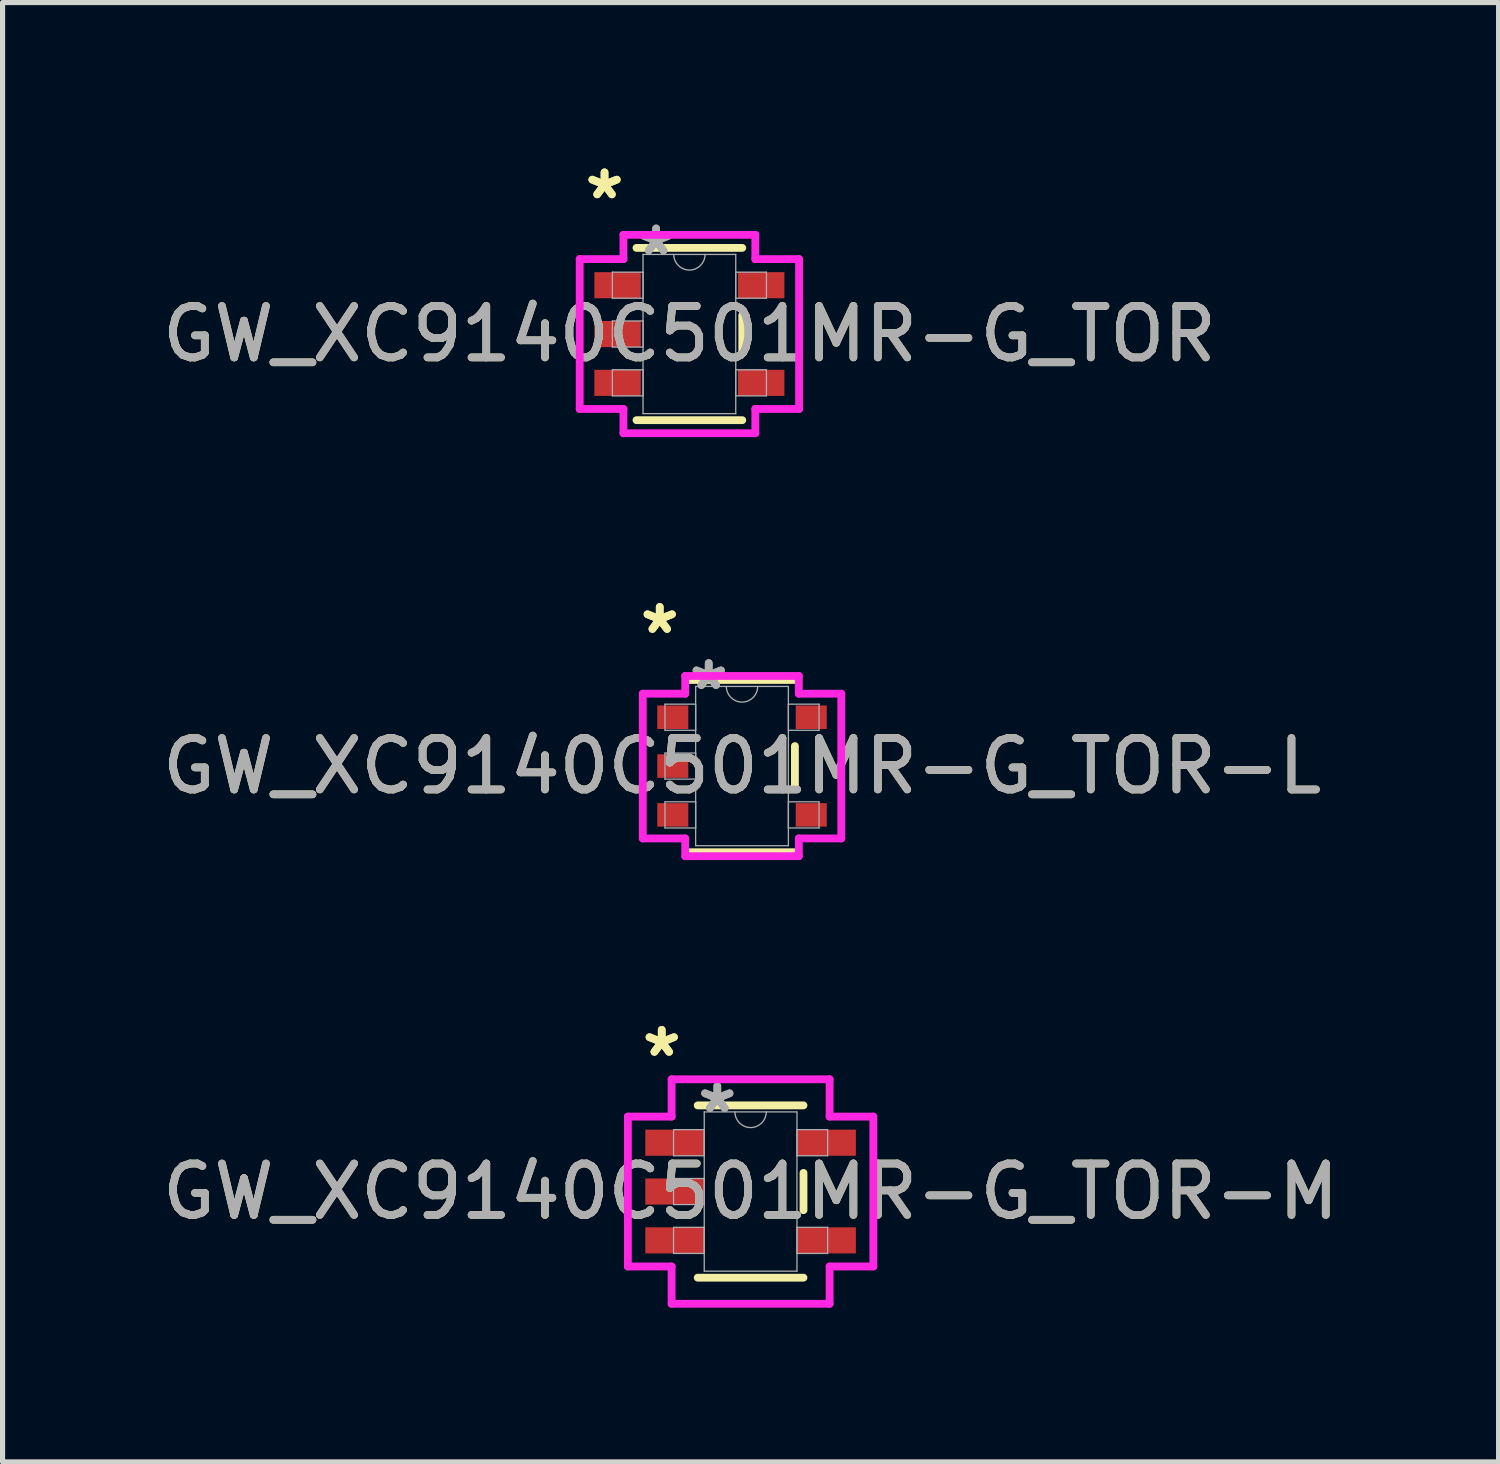
<source format=kicad_pcb>
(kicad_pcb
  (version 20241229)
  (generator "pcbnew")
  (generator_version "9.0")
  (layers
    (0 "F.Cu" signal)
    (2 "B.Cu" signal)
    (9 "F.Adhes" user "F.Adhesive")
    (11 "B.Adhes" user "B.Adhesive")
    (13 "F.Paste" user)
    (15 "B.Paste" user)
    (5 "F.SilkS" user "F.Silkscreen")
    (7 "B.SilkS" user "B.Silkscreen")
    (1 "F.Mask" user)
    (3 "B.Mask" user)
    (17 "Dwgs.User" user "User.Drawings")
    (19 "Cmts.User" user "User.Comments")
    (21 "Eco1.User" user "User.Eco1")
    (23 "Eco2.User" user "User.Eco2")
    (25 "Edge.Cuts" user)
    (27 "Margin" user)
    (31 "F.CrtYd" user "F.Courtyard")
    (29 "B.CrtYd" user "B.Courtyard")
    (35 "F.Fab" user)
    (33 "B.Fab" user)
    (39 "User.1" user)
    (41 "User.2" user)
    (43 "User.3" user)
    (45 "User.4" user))
  (footprint "GW_XC9140C501MR-G_TOR-M"
    (layer "F.Cu")
    (at 11.554 20.133)
    (property "Reference" "GW_XC9140C501MR-G_TOR-M" (at 0 0 0) (unlocked yes) (layer "F.SilkS") (effects (font (size 1 1) (thickness 0.15))))
    (attr smd)
    (fp_line (start -1.029 1.676) (end 1.029 1.676) (stroke (width 0.152) (type solid)) (layer "F.SilkS"))
    (fp_line (start 1.029 -1.676) (end -1.029 -1.676) (stroke (width 0.152) (type solid)) (layer "F.SilkS"))
    (fp_line (start 1.029 0.363) (end 1.029 -0.363) (stroke (width 0.152) (type solid)) (layer "F.SilkS"))
    (fp_line (start -2.388 -1.458) (end -1.537 -1.458) (stroke (width 0.152) (type solid)) (layer "F.CrtYd"))
    (fp_line (start -2.388 1.458) (end -2.388 -1.458) (stroke (width 0.152) (type solid)) (layer "F.CrtYd"))
    (fp_line (start -1.537 -2.184) (end 1.537 -2.184) (stroke (width 0.152) (type solid)) (layer "F.CrtYd"))
    (fp_line (start -1.537 -1.458) (end -1.537 -2.184) (stroke (width 0.152) (type solid)) (layer "F.CrtYd"))
    (fp_line (start -1.537 1.458) (end -2.388 1.458) (stroke (width 0.152) (type solid)) (layer "F.CrtYd"))
    (fp_line (start -1.537 2.184) (end -1.537 1.458) (stroke (width 0.152) (type solid)) (layer "F.CrtYd"))
    (fp_line (start 1.537 -2.184) (end 1.537 -1.458) (stroke (width 0.152) (type solid)) (layer "F.CrtYd"))
    (fp_line (start 1.537 -1.458) (end 2.388 -1.458) (stroke (width 0.152) (type solid)) (layer "F.CrtYd"))
    (fp_line (start 1.537 1.458) (end 1.537 2.184) (stroke (width 0.152) (type solid)) (layer "F.CrtYd"))
    (fp_line (start 1.537 2.184) (end -1.537 2.184) (stroke (width 0.152) (type solid)) (layer "F.CrtYd"))
    (fp_line (start 2.388 -1.458) (end 2.388 1.458) (stroke (width 0.152) (type solid)) (layer "F.CrtYd"))
    (fp_line (start 2.388 1.458) (end 1.537 1.458) (stroke (width 0.152) (type solid)) (layer "F.CrtYd"))
    (fp_line (start -1.499 -1.204) (end -1.499 -0.696) (stroke (width 0.025) (type solid)) (layer "F.Fab"))
    (fp_line (start -1.499 -0.696) (end -0.902 -0.696) (stroke (width 0.025) (type solid)) (layer "F.Fab"))
    (fp_line (start -1.499 -0.254) (end -1.499 0.254) (stroke (width 0.025) (type solid)) (layer "F.Fab"))
    (fp_line (start -1.499 0.254) (end -0.902 0.254) (stroke (width 0.025) (type solid)) (layer "F.Fab"))
    (fp_line (start -1.499 0.696) (end -1.499 1.204) (stroke (width 0.025) (type solid)) (layer "F.Fab"))
    (fp_line (start -1.499 1.204) (end -0.902 1.204) (stroke (width 0.025) (type solid)) (layer "F.Fab"))
    (fp_line (start -0.902 -1.549) (end -0.902 1.549) (stroke (width 0.025) (type solid)) (layer "F.Fab"))
    (fp_line (start -0.902 -1.204) (end -1.499 -1.204) (stroke (width 0.025) (type solid)) (layer "F.Fab"))
    (fp_line (start -0.902 -0.696) (end -0.902 -1.204) (stroke (width 0.025) (type solid)) (layer "F.Fab"))
    (fp_line (start -0.902 -0.254) (end -1.499 -0.254) (stroke (width 0.025) (type solid)) (layer "F.Fab"))
    (fp_line (start -0.902 0.254) (end -0.902 -0.254) (stroke (width 0.025) (type solid)) (layer "F.Fab"))
    (fp_line (start -0.902 0.696) (end -1.499 0.696) (stroke (width 0.025) (type solid)) (layer "F.Fab"))
    (fp_line (start -0.902 1.204) (end -0.902 0.696) (stroke (width 0.025) (type solid)) (layer "F.Fab"))
    (fp_line (start -0.902 1.549) (end 0.902 1.549) (stroke (width 0.025) (type solid)) (layer "F.Fab"))
    (fp_line (start 0.902 -1.549) (end -0.902 -1.549) (stroke (width 0.025) (type solid)) (layer "F.Fab"))
    (fp_line (start 0.902 -1.204) (end 0.902 -0.696) (stroke (width 0.025) (type solid)) (layer "F.Fab"))
    (fp_line (start 0.902 -0.696) (end 1.499 -0.696) (stroke (width 0.025) (type solid)) (layer "F.Fab"))
    (fp_line (start 0.902 0.696) (end 0.902 1.204) (stroke (width 0.025) (type solid)) (layer "F.Fab"))
    (fp_line (start 0.902 1.204) (end 1.499 1.204) (stroke (width 0.025) (type solid)) (layer "F.Fab"))
    (fp_line (start 0.902 1.549) (end 0.902 -1.549) (stroke (width 0.025) (type solid)) (layer "F.Fab"))
    (fp_line (start 1.499 -1.204) (end 0.902 -1.204) (stroke (width 0.025) (type solid)) (layer "F.Fab"))
    (fp_line (start 1.499 -0.696) (end 1.499 -1.204) (stroke (width 0.025) (type solid)) (layer "F.Fab"))
    (fp_line (start 1.499 0.696) (end 0.902 0.696) (stroke (width 0.025) (type solid)) (layer "F.Fab"))
    (fp_line (start 1.499 1.204) (end 1.499 0.696) (stroke (width 0.025) (type solid)) (layer "F.Fab"))
    (fp_arc (start 0.3048 -1.5494) (mid 0 -1.2446) (end -0.3048 -1.5494) (stroke (width 0.0254) (type solid)) (layer "F.Fab"))
    (fp_text user "*" (at -1.729 -2.601 0) (layer "F.SilkS") (effects (font (size 1 1) (thickness 0.15))))
    (fp_text user "*" (at -1.729 -2.601 0) (unlocked yes) (layer "F.SilkS") (effects (font (size 1 1) (thickness 0.15))))
    (fp_text user "${REFERENCE}" (at 0 0 0) (unlocked yes) (layer "F.Fab") (effects (font (size 1 1) (thickness 0.15))))
    (fp_text user "*" (at -0.648 -1.509 0) (unlocked yes) (layer "F.Fab") (effects (font (size 1 1) (thickness 0.15))))
    (fp_text user "*" (at -0.648 -1.509 0) (layer "F.Fab") (effects (font (size 1 1) (thickness 0.15))))
    (pad "1" smd rect (at -1.475 -0.95) (size 1.147 0.508) (layers "F.Cu" "F.Mask" "F.Paste"))
    (pad "2" smd rect (at -1.475 0) (size 1.147 0.508) (layers "F.Cu" "F.Mask" "F.Paste"))
    (pad "3" smd rect (at -1.475 0.95) (size 1.147 0.508) (layers "F.Cu" "F.Mask" "F.Paste"))
    (pad "4" smd rect (at 1.475 0.95) (size 1.147 0.508) (layers "F.Cu" "F.Mask" "F.Paste"))
    (pad "5" smd rect (at 1.475 -0.95) (size 1.147 0.508) (layers "F.Cu" "F.Mask" "F.Paste")))
  (footprint "GW_XC9140C501MR-G_TOR-L"
    (layer "F.Cu")
    (at 11.387 11.855)
    (property "Reference" "GW_XC9140C501MR-G_TOR-L" (at 0 0 0) (unlocked yes) (layer "F.SilkS") (effects (font (size 1 1) (thickness 0.15))))
    (attr smd)
    (fp_line (start -1.029 1.676) (end 1.029 1.676) (stroke (width 0.152) (type solid)) (layer "F.SilkS"))
    (fp_line (start 1.029 -1.676) (end -1.029 -1.676) (stroke (width 0.152) (type solid)) (layer "F.SilkS"))
    (fp_line (start 1.029 0.389) (end 1.029 -0.389) (stroke (width 0.152) (type solid)) (layer "F.SilkS"))
    (fp_line (start -1.931 -1.408) (end -1.105 -1.408) (stroke (width 0.152) (type solid)) (layer "F.CrtYd"))
    (fp_line (start -1.931 1.408) (end -1.931 -1.408) (stroke (width 0.152) (type solid)) (layer "F.CrtYd"))
    (fp_line (start -1.105 -1.753) (end 1.105 -1.753) (stroke (width 0.152) (type solid)) (layer "F.CrtYd"))
    (fp_line (start -1.105 -1.408) (end -1.105 -1.753) (stroke (width 0.152) (type solid)) (layer "F.CrtYd"))
    (fp_line (start -1.105 1.408) (end -1.931 1.408) (stroke (width 0.152) (type solid)) (layer "F.CrtYd"))
    (fp_line (start -1.105 1.753) (end -1.105 1.408) (stroke (width 0.152) (type solid)) (layer "F.CrtYd"))
    (fp_line (start 1.105 -1.753) (end 1.105 -1.408) (stroke (width 0.152) (type solid)) (layer "F.CrtYd"))
    (fp_line (start 1.105 -1.408) (end 1.931 -1.408) (stroke (width 0.152) (type solid)) (layer "F.CrtYd"))
    (fp_line (start 1.105 1.408) (end 1.105 1.753) (stroke (width 0.152) (type solid)) (layer "F.CrtYd"))
    (fp_line (start 1.105 1.753) (end -1.105 1.753) (stroke (width 0.152) (type solid)) (layer "F.CrtYd"))
    (fp_line (start 1.931 -1.408) (end 1.931 1.408) (stroke (width 0.152) (type solid)) (layer "F.CrtYd"))
    (fp_line (start 1.931 1.408) (end 1.105 1.408) (stroke (width 0.152) (type solid)) (layer "F.CrtYd"))
    (fp_line (start -1.499 -1.204) (end -1.499 -0.696) (stroke (width 0.025) (type solid)) (layer "F.Fab"))
    (fp_line (start -1.499 -0.696) (end -0.902 -0.696) (stroke (width 0.025) (type solid)) (layer "F.Fab"))
    (fp_line (start -1.499 -0.254) (end -1.499 0.254) (stroke (width 0.025) (type solid)) (layer "F.Fab"))
    (fp_line (start -1.499 0.254) (end -0.902 0.254) (stroke (width 0.025) (type solid)) (layer "F.Fab"))
    (fp_line (start -1.499 0.696) (end -1.499 1.204) (stroke (width 0.025) (type solid)) (layer "F.Fab"))
    (fp_line (start -1.499 1.204) (end -0.902 1.204) (stroke (width 0.025) (type solid)) (layer "F.Fab"))
    (fp_line (start -0.902 -1.549) (end -0.902 1.549) (stroke (width 0.025) (type solid)) (layer "F.Fab"))
    (fp_line (start -0.902 -1.204) (end -1.499 -1.204) (stroke (width 0.025) (type solid)) (layer "F.Fab"))
    (fp_line (start -0.902 -0.696) (end -0.902 -1.204) (stroke (width 0.025) (type solid)) (layer "F.Fab"))
    (fp_line (start -0.902 -0.254) (end -1.499 -0.254) (stroke (width 0.025) (type solid)) (layer "F.Fab"))
    (fp_line (start -0.902 0.254) (end -0.902 -0.254) (stroke (width 0.025) (type solid)) (layer "F.Fab"))
    (fp_line (start -0.902 0.696) (end -1.499 0.696) (stroke (width 0.025) (type solid)) (layer "F.Fab"))
    (fp_line (start -0.902 1.204) (end -0.902 0.696) (stroke (width 0.025) (type solid)) (layer "F.Fab"))
    (fp_line (start -0.902 1.549) (end 0.902 1.549) (stroke (width 0.025) (type solid)) (layer "F.Fab"))
    (fp_line (start 0.902 -1.549) (end -0.902 -1.549) (stroke (width 0.025) (type solid)) (layer "F.Fab"))
    (fp_line (start 0.902 -1.204) (end 0.902 -0.696) (stroke (width 0.025) (type solid)) (layer "F.Fab"))
    (fp_line (start 0.902 -0.696) (end 1.499 -0.696) (stroke (width 0.025) (type solid)) (layer "F.Fab"))
    (fp_line (start 0.902 0.696) (end 0.902 1.204) (stroke (width 0.025) (type solid)) (layer "F.Fab"))
    (fp_line (start 0.902 1.204) (end 1.499 1.204) (stroke (width 0.025) (type solid)) (layer "F.Fab"))
    (fp_line (start 0.902 1.549) (end 0.902 -1.549) (stroke (width 0.025) (type solid)) (layer "F.Fab"))
    (fp_line (start 1.499 -1.204) (end 0.902 -1.204) (stroke (width 0.025) (type solid)) (layer "F.Fab"))
    (fp_line (start 1.499 -0.696) (end 1.499 -1.204) (stroke (width 0.025) (type solid)) (layer "F.Fab"))
    (fp_line (start 1.499 0.696) (end 0.902 0.696) (stroke (width 0.025) (type solid)) (layer "F.Fab"))
    (fp_line (start 1.499 1.204) (end 1.499 0.696) (stroke (width 0.025) (type solid)) (layer "F.Fab"))
    (fp_arc (start 0.3048 -1.5494) (mid 0 -1.2446) (end -0.3048 -1.5494) (stroke (width 0.0254) (type solid)) (layer "F.Fab"))
    (fp_text user "*" (at -1.601 -2.551 0) (layer "F.SilkS") (effects (font (size 1 1) (thickness 0.15))))
    (fp_text user "*" (at -1.601 -2.551 0) (unlocked yes) (layer "F.SilkS") (effects (font (size 1 1) (thickness 0.15))))
    (fp_text user "*" (at -0.648 -1.459 0) (unlocked yes) (layer "F.Fab") (effects (font (size 1 1) (thickness 0.15))))
    (fp_text user "${REFERENCE}" (at 0 0 0) (unlocked yes) (layer "F.Fab") (effects (font (size 1 1) (thickness 0.15))))
    (fp_text user "*" (at -0.648 -1.459 0) (layer "F.Fab") (effects (font (size 1 1) (thickness 0.15))))
    (pad "1" smd rect (at -1.347 -0.95) (size 0.603 0.458) (layers "F.Cu" "F.Mask" "F.Paste"))
    (pad "2" smd rect (at -1.347 0) (size 0.603 0.458) (layers "F.Cu" "F.Mask" "F.Paste"))
    (pad "3" smd rect (at -1.347 0.95) (size 0.603 0.458) (layers "F.Cu" "F.Mask" "F.Paste"))
    (pad "4" smd rect (at 1.347 0.95) (size 0.603 0.458) (layers "F.Cu" "F.Mask" "F.Paste"))
    (pad "5" smd rect (at 1.347 -0.95) (size 0.603 0.458) (layers "F.Cu" "F.Mask" "F.Paste")))
  (footprint "GW_XC9140C501MR-G_TOR"
    (layer "F.Cu")
    (at 10.363 3.449)
    (property "Reference" "GW_XC9140C501MR-G_TOR" (at 0 0 0) (unlocked yes) (layer "F.SilkS") (effects (font (size 1 1) (thickness 0.15))))
    (attr smd)
    (fp_line (start -1.029 1.676) (end 1.029 1.676) (stroke (width 0.152) (type solid)) (layer "F.SilkS"))
    (fp_line (start 1.029 -1.676) (end -1.029 -1.676) (stroke (width 0.152) (type solid)) (layer "F.SilkS"))
    (fp_line (start 1.029 0.363) (end 1.029 -0.363) (stroke (width 0.152) (type solid)) (layer "F.SilkS"))
    (fp_line (start -2.134 -1.458) (end -1.283 -1.458) (stroke (width 0.152) (type solid)) (layer "F.CrtYd"))
    (fp_line (start -2.134 1.458) (end -2.134 -1.458) (stroke (width 0.152) (type solid)) (layer "F.CrtYd"))
    (fp_line (start -1.283 -1.93) (end 1.283 -1.93) (stroke (width 0.152) (type solid)) (layer "F.CrtYd"))
    (fp_line (start -1.283 -1.458) (end -1.283 -1.93) (stroke (width 0.152) (type solid)) (layer "F.CrtYd"))
    (fp_line (start -1.283 1.458) (end -2.134 1.458) (stroke (width 0.152) (type solid)) (layer "F.CrtYd"))
    (fp_line (start -1.283 1.93) (end -1.283 1.458) (stroke (width 0.152) (type solid)) (layer "F.CrtYd"))
    (fp_line (start 1.283 -1.93) (end 1.283 -1.458) (stroke (width 0.152) (type solid)) (layer "F.CrtYd"))
    (fp_line (start 1.283 -1.458) (end 2.134 -1.458) (stroke (width 0.152) (type solid)) (layer "F.CrtYd"))
    (fp_line (start 1.283 1.458) (end 1.283 1.93) (stroke (width 0.152) (type solid)) (layer "F.CrtYd"))
    (fp_line (start 1.283 1.93) (end -1.283 1.93) (stroke (width 0.152) (type solid)) (layer "F.CrtYd"))
    (fp_line (start 2.134 -1.458) (end 2.134 1.458) (stroke (width 0.152) (type solid)) (layer "F.CrtYd"))
    (fp_line (start 2.134 1.458) (end 1.283 1.458) (stroke (width 0.152) (type solid)) (layer "F.CrtYd"))
    (fp_line (start -1.499 -1.204) (end -1.499 -0.696) (stroke (width 0.025) (type solid)) (layer "F.Fab"))
    (fp_line (start -1.499 -0.696) (end -0.902 -0.696) (stroke (width 0.025) (type solid)) (layer "F.Fab"))
    (fp_line (start -1.499 -0.254) (end -1.499 0.254) (stroke (width 0.025) (type solid)) (layer "F.Fab"))
    (fp_line (start -1.499 0.254) (end -0.902 0.254) (stroke (width 0.025) (type solid)) (layer "F.Fab"))
    (fp_line (start -1.499 0.696) (end -1.499 1.204) (stroke (width 0.025) (type solid)) (layer "F.Fab"))
    (fp_line (start -1.499 1.204) (end -0.902 1.204) (stroke (width 0.025) (type solid)) (layer "F.Fab"))
    (fp_line (start -0.902 -1.549) (end -0.902 1.549) (stroke (width 0.025) (type solid)) (layer "F.Fab"))
    (fp_line (start -0.902 -1.204) (end -1.499 -1.204) (stroke (width 0.025) (type solid)) (layer "F.Fab"))
    (fp_line (start -0.902 -0.696) (end -0.902 -1.204) (stroke (width 0.025) (type solid)) (layer "F.Fab"))
    (fp_line (start -0.902 -0.254) (end -1.499 -0.254) (stroke (width 0.025) (type solid)) (layer "F.Fab"))
    (fp_line (start -0.902 0.254) (end -0.902 -0.254) (stroke (width 0.025) (type solid)) (layer "F.Fab"))
    (fp_line (start -0.902 0.696) (end -1.499 0.696) (stroke (width 0.025) (type solid)) (layer "F.Fab"))
    (fp_line (start -0.902 1.204) (end -0.902 0.696) (stroke (width 0.025) (type solid)) (layer "F.Fab"))
    (fp_line (start -0.902 1.549) (end 0.902 1.549) (stroke (width 0.025) (type solid)) (layer "F.Fab"))
    (fp_line (start 0.902 -1.549) (end -0.902 -1.549) (stroke (width 0.025) (type solid)) (layer "F.Fab"))
    (fp_line (start 0.902 -1.204) (end 0.902 -0.696) (stroke (width 0.025) (type solid)) (layer "F.Fab"))
    (fp_line (start 0.902 -0.696) (end 1.499 -0.696) (stroke (width 0.025) (type solid)) (layer "F.Fab"))
    (fp_line (start 0.902 0.696) (end 0.902 1.204) (stroke (width 0.025) (type solid)) (layer "F.Fab"))
    (fp_line (start 0.902 1.204) (end 1.499 1.204) (stroke (width 0.025) (type solid)) (layer "F.Fab"))
    (fp_line (start 0.902 1.549) (end 0.902 -1.549) (stroke (width 0.025) (type solid)) (layer "F.Fab"))
    (fp_line (start 1.499 -1.204) (end 0.902 -1.204) (stroke (width 0.025) (type solid)) (layer "F.Fab"))
    (fp_line (start 1.499 -0.696) (end 1.499 -1.204) (stroke (width 0.025) (type solid)) (layer "F.Fab"))
    (fp_line (start 1.499 0.696) (end 0.902 0.696) (stroke (width 0.025) (type solid)) (layer "F.Fab"))
    (fp_line (start 1.499 1.204) (end 1.499 0.696) (stroke (width 0.025) (type solid)) (layer "F.Fab"))
    (fp_arc (start 0.3048 -1.5494) (mid 0 -1.2446) (end -0.3048 -1.5494) (stroke (width 0.0254) (type solid)) (layer "F.Fab"))
    (fp_text user "*" (at -1.651 -2.601 0) (layer "F.SilkS") (effects (font (size 1 1) (thickness 0.15))))
    (fp_text user "*" (at -1.651 -2.601 0) (unlocked yes) (layer "F.SilkS") (effects (font (size 1 1) (thickness 0.15))))
    (fp_text user "${REFERENCE}" (at 0 0 0) (unlocked yes) (layer "F.Fab") (effects (font (size 1 1) (thickness 0.15))))
    (fp_text user "*" (at -0.648 -1.509 0) (unlocked yes) (layer "F.Fab") (effects (font (size 1 1) (thickness 0.15))))
    (fp_text user "*" (at -0.648 -1.509 0) (layer "F.Fab") (effects (font (size 1 1) (thickness 0.15))))
    (pad "1" smd rect (at -1.397 -0.95) (size 0.903 0.508) (layers "F.Cu" "F.Mask" "F.Paste"))
    (pad "2" smd rect (at -1.397 0) (size 0.903 0.508) (layers "F.Cu" "F.Mask" "F.Paste"))
    (pad "3" smd rect (at -1.397 0.95) (size 0.903 0.508) (layers "F.Cu" "F.Mask" "F.Paste"))
    (pad "4" smd rect (at 1.397 0.95) (size 0.903 0.508) (layers "F.Cu" "F.Mask" "F.Paste"))
    (pad "5" smd rect (at 1.397 -0.95) (size 0.903 0.508) (layers "F.Cu" "F.Mask" "F.Paste")))
  (gr_rect
    (start -3 -3)
    (end 26.107 25.394)
    (stroke (width 0.1) (type default))
    (fill no)
    (layer "Edge.Cuts")))
</source>
